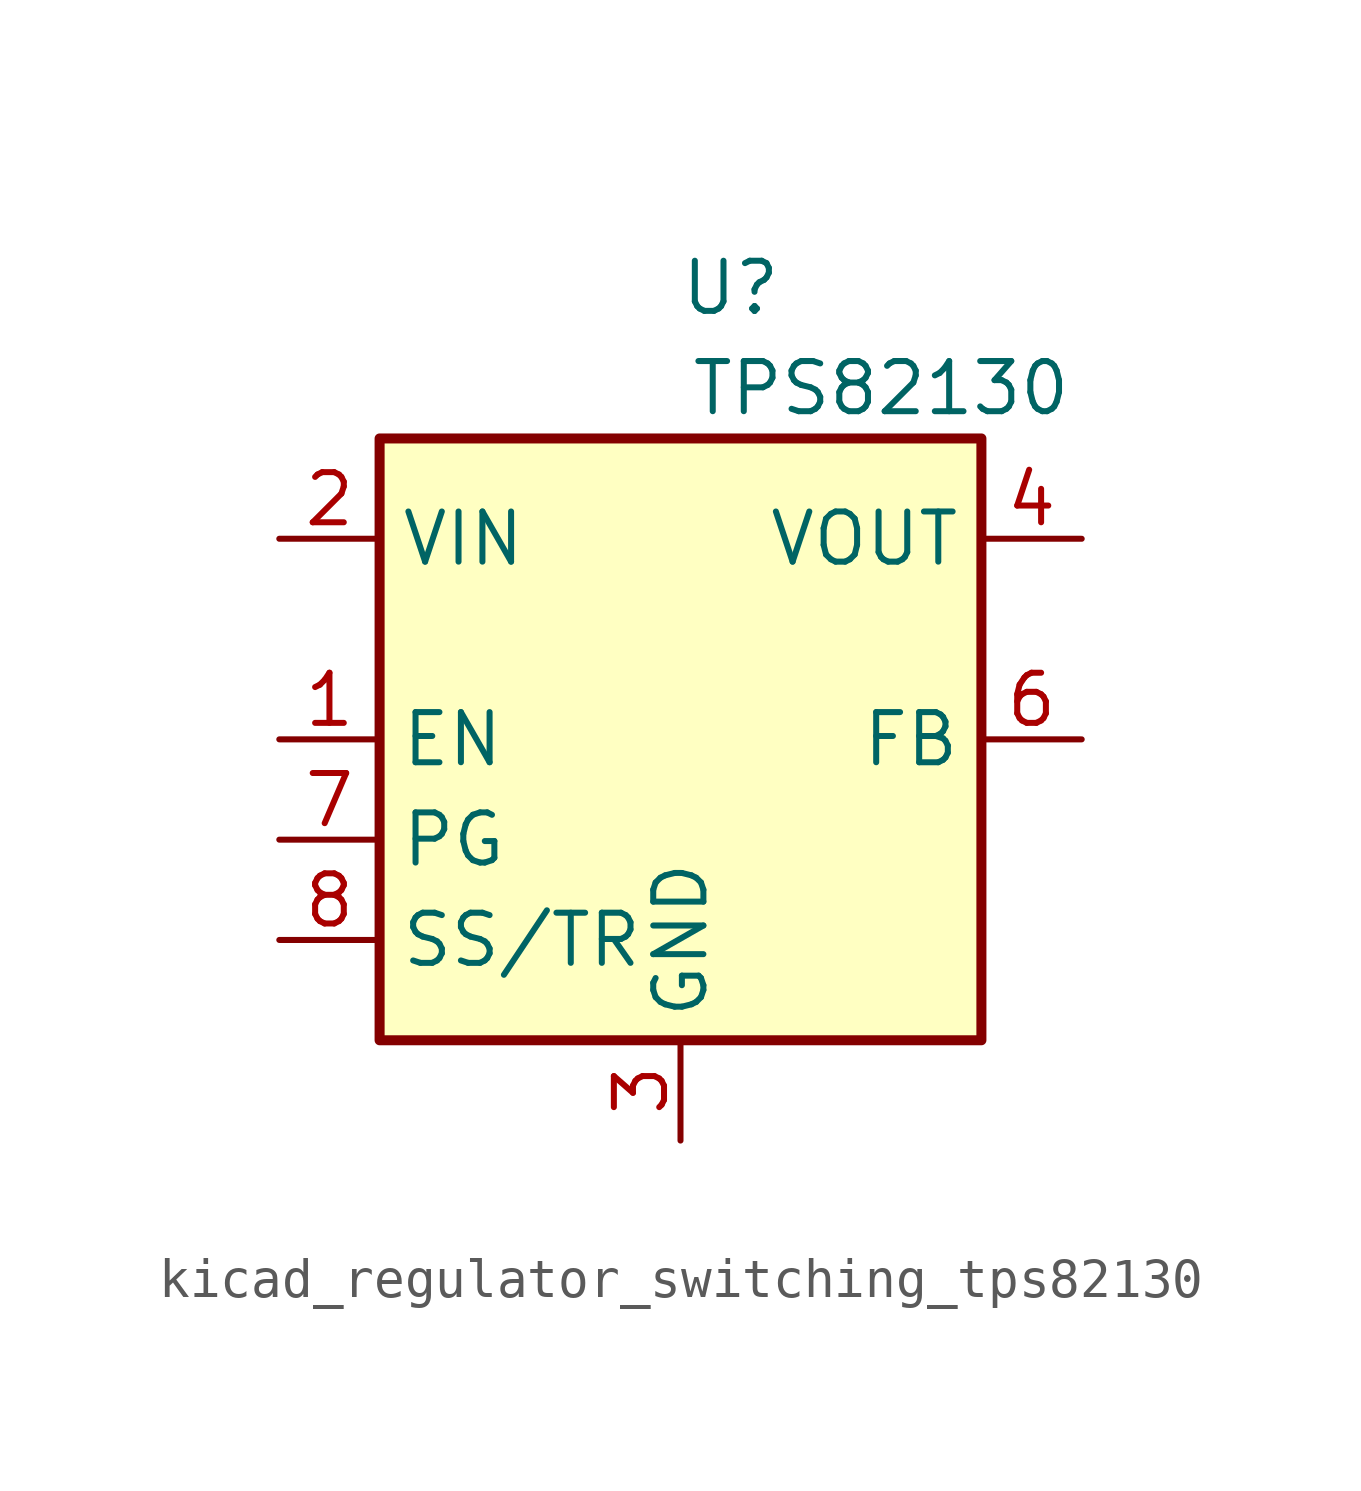
<source format=kicad_sym>
(kicad_symbol_lib
  (version 20220914)
  (generator kicad_symbol_editor)
  (symbol "kicad_regulator_switching_tps82130"
    (property "Reference" "U"
      (at 1.27 11.43 0)
      (effects (font (size 1.27 1.27))))
    (property "Value" "TPS82130"
      (at 5.08 8.89 0)
      (effects (font (size 1.27 1.27))))
    (symbol "kicad_regulator_switching_tps82130_0_1"
      (rectangle (start -7.62 7.62) (end 7.62 -7.62) (stroke (width 0.254) (type default)) (fill (type background))))
    (symbol "kicad_regulator_switching_tps82130_1_1"
      (pin input line (at -10.16 0 0) (length 2.54) (name "EN" (effects (font (size 1.27 1.27)))) (number "1" (effects (font (size 1.27 1.27)))))
      (pin power_in line (at -10.16 5.08 0) (length 2.54) (name "VIN" (effects (font (size 1.27 1.27)))) (number "2" (effects (font (size 1.27 1.27)))))
      (pin power_in line (at 0 -10.16 90) (length 2.54) (name "GND" (effects (font (size 1.27 1.27)))) (number "3" (effects (font (size 1.27 1.27)))))
      (pin power_out line (at 10.16 5.08 180) (length 2.54) (name "VOUT" (effects (font (size 1.27 1.27)))) (number "4" (effects (font (size 1.27 1.27)))))
      (pin passive line (at 10.16 5.08 180) (length 2.54) hide (name "VOUT" (effects (font (size 1.27 1.27)))) (number "5" (effects (font (size 1.27 1.27)))))
      (pin input line (at 10.16 0 180) (length 2.54) (name "FB" (effects (font (size 1.27 1.27)))) (number "6" (effects (font (size 1.27 1.27)))))
      (pin open_collector line (at -10.16 -2.54 0) (length 2.54) (name "PG" (effects (font (size 1.27 1.27)))) (number "7" (effects (font (size 1.27 1.27)))))
      (pin input line (at -10.16 -5.08 0) (length 2.54) (name "SS/TR" (effects (font (size 1.27 1.27)))) (number "8" (effects (font (size 1.27 1.27)))))
      (pin passive line (at 0 -10.16 90) (length 2.54) hide (name "GND" (effects (font (size 1.27 1.27)))) (number "9" (effects (font (size 1.27 1.27))))))))
</source>
